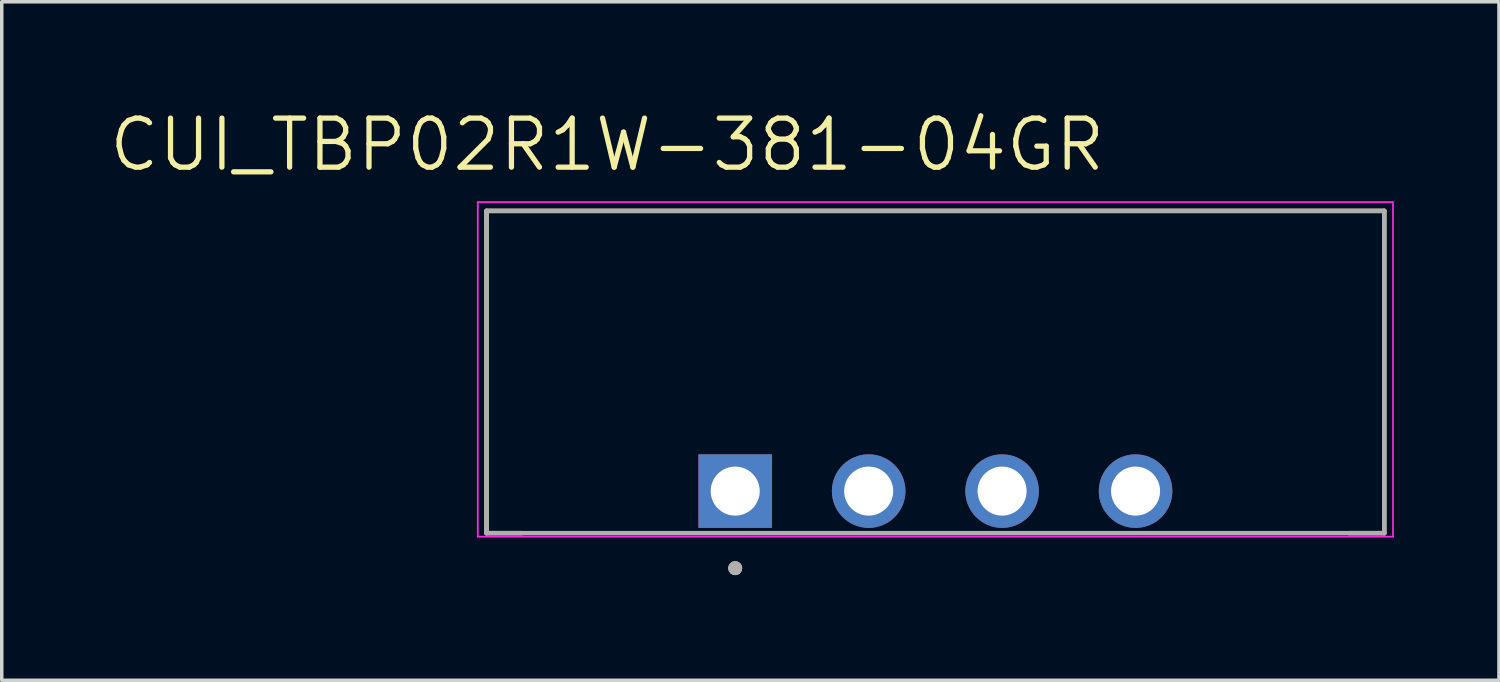
<source format=kicad_pcb>
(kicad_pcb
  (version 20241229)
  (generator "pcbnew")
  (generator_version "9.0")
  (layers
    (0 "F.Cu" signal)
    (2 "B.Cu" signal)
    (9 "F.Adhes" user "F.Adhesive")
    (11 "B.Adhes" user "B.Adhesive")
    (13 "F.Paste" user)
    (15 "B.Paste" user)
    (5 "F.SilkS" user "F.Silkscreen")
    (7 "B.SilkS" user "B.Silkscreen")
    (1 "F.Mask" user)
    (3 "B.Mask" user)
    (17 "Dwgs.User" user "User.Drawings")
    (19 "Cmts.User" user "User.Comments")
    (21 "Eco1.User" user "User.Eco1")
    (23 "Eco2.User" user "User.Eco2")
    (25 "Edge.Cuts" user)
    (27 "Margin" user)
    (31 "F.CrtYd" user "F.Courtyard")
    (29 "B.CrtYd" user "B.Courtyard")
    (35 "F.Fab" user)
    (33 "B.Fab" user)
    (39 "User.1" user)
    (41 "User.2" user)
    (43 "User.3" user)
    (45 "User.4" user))
  (footprint "CUI_TBP02R1W-381-04GR"
    (layer "F.Cu")
    (at 17.94 10.971)
    (property "Reference" "CUI_TBP02R1W-381-04GR" (at -3.655 -9.889 0) (layer "F.SilkS") (effects (font (size 1.4 1.4) (thickness 0.15))))
    (attr through_hole)
    (fp_line (start -7.1 -8) (end 18.53 -8) (stroke (width 0.127) (type solid)) (layer "F.SilkS"))
    (fp_line (start -7.1 1.2) (end -7.1 -8) (stroke (width 0.127) (type solid)) (layer "F.SilkS"))
    (fp_line (start -7.1 1.2) (end -6.1 1.2) (stroke (width 0.127) (type solid)) (layer "F.SilkS"))
    (fp_line (start 18.53 -8) (end 18.53 1.2) (stroke (width 0.127) (type solid)) (layer "F.SilkS"))
    (fp_line (start 18.53 1.2) (end 17.53 1.2) (stroke (width 0.127) (type solid)) (layer "F.SilkS"))
    (fp_circle (center 0 2.2) (end 0.1 2.2) (stroke (width 0.2) (type solid)) (fill no) (layer "F.SilkS"))
    (fp_line (start -7.35 -8.25) (end 18.78 -8.25) (stroke (width 0.05) (type solid)) (layer "F.CrtYd"))
    (fp_line (start -7.35 1.3) (end -7.35 -8.25) (stroke (width 0.05) (type solid)) (layer "F.CrtYd"))
    (fp_line (start 18.78 -8.25) (end 18.78 1.3) (stroke (width 0.05) (type solid)) (layer "F.CrtYd"))
    (fp_line (start 18.78 1.3) (end -7.35 1.3) (stroke (width 0.05) (type solid)) (layer "F.CrtYd"))
    (fp_line (start -7.1 -8) (end 18.53 -8) (stroke (width 0.127) (type solid)) (layer "F.Fab"))
    (fp_line (start -7.1 1.2) (end -7.1 -8) (stroke (width 0.127) (type solid)) (layer "F.Fab"))
    (fp_line (start 18.53 -8) (end 18.53 1.2) (stroke (width 0.127) (type solid)) (layer "F.Fab"))
    (fp_line (start 18.53 1.2) (end -7.1 1.2) (stroke (width 0.127) (type solid)) (layer "F.Fab"))
    (fp_circle (center 0 2.2) (end 0.1 2.2) (stroke (width 0.2) (type solid)) (fill no) (layer "F.Fab"))
    (pad "1" thru_hole rect (at 0 0) (size 2.1 2.1) (drill 1.4) (layers "*.Cu" "*.Mask"))
    (pad "2" thru_hole circle (at 3.81 0) (size 2.1 2.1) (drill 1.4) (layers "*.Cu" "*.Mask"))
    (pad "3" thru_hole circle (at 7.62 0) (size 2.1 2.1) (drill 1.4) (layers "*.Cu" "*.Mask"))
    (pad "4" thru_hole circle (at 11.43 0) (size 2.1 2.1) (drill 1.4) (layers "*.Cu" "*.Mask")))
  (gr_rect
    (start -3 -3)
    (end 39.745 16.371)
    (stroke (width 0.1) (type default))
    (fill no)
    (layer "Edge.Cuts")))
</source>
